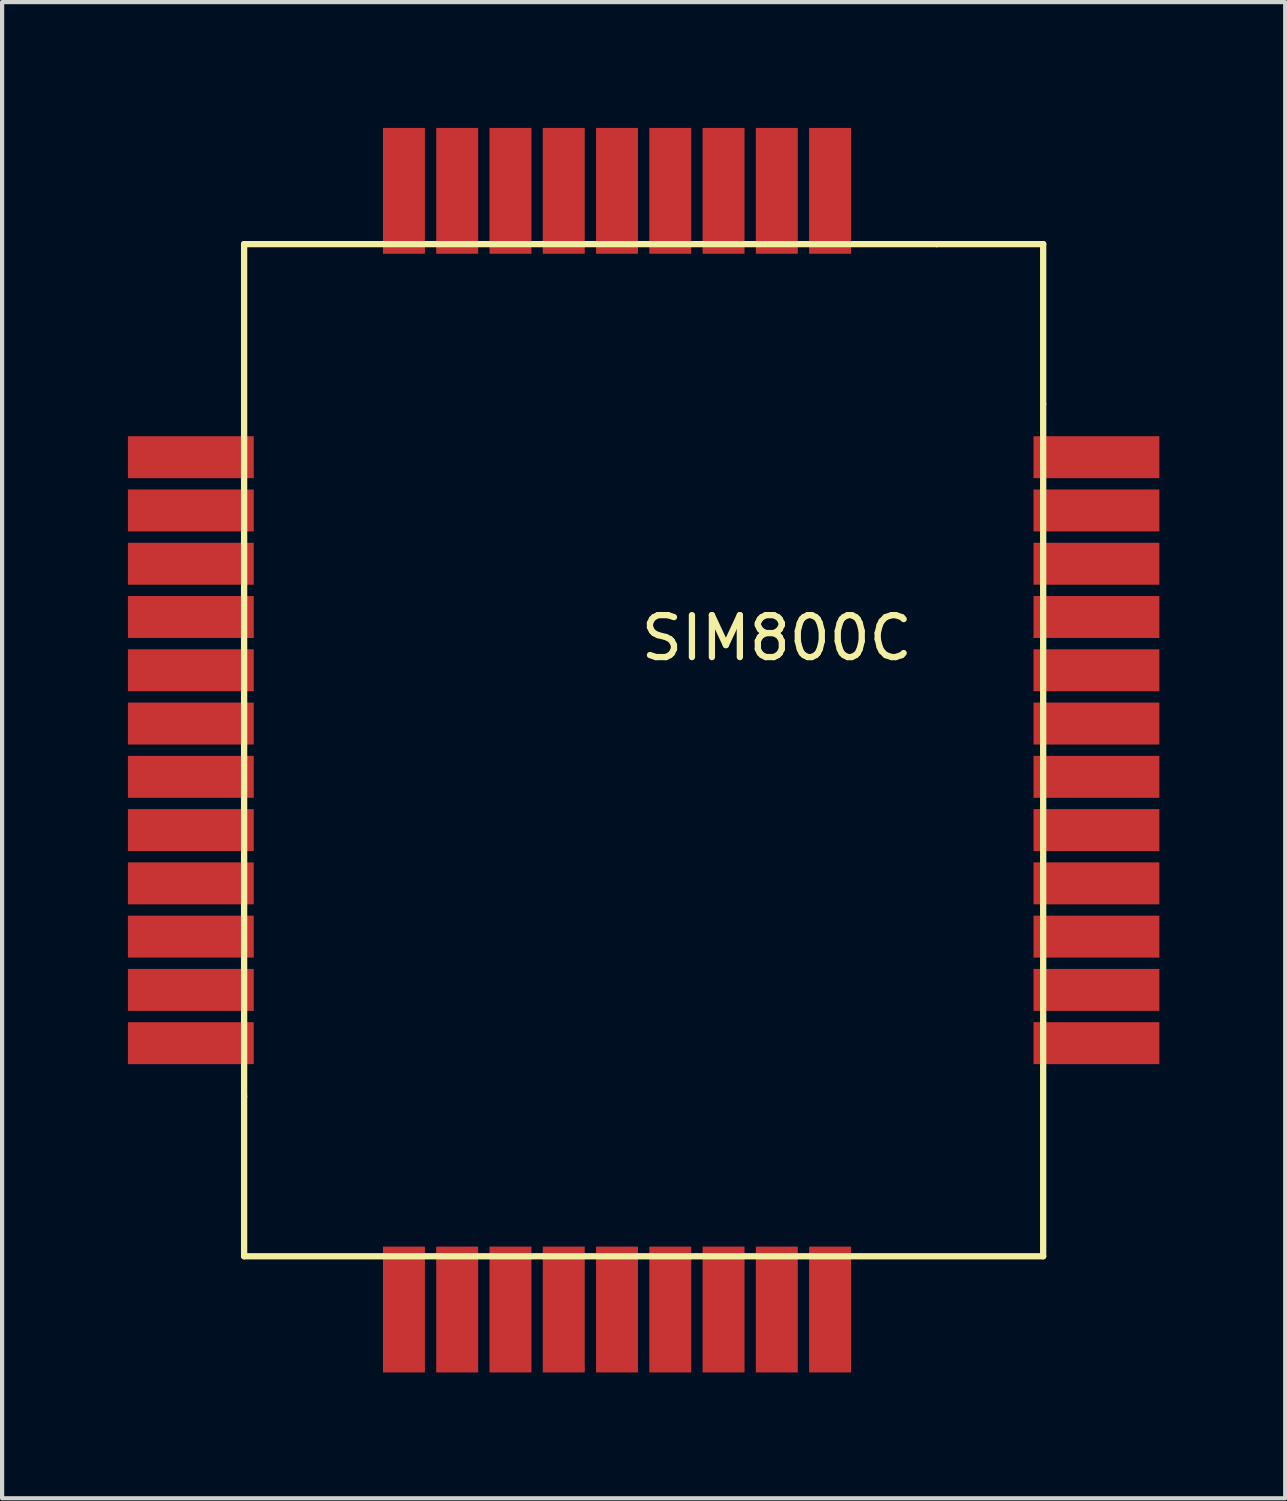
<source format=kicad_pcb>
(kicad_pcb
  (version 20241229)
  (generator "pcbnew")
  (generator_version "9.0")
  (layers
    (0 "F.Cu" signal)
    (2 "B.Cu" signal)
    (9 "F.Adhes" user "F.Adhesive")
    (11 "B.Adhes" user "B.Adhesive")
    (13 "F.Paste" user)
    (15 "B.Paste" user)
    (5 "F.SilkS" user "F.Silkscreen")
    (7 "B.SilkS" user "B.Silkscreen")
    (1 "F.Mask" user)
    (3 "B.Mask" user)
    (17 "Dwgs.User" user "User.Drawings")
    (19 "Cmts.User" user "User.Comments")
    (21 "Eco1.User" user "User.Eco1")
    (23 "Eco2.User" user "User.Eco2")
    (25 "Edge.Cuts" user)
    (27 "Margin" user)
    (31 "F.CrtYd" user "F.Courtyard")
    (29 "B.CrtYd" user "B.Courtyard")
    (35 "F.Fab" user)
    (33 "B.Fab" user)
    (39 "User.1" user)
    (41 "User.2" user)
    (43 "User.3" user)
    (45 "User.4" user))
  (footprint "SIM800C"
    (layer "F.Cu")
    (at 11.66 16.74)
    (property "Reference" "SIM800C" (at 3.81 -4.58 0) (layer "F.SilkS") (effects (font (size 1 1) (thickness 0.15))))
    (attr through_hole)
    (fp_line (start -8.89 -13.97) (end -8.89 6.35) (stroke (width 0.15) (type solid)) (layer "F.SilkS"))
    (fp_line (start -8.89 6.35) (end -8.89 10.16) (stroke (width 0.15) (type solid)) (layer "F.SilkS"))
    (fp_line (start -8.89 10.16) (end 10.16 10.16) (stroke (width 0.15) (type solid)) (layer "F.SilkS"))
    (fp_line (start 7.62 -13.97) (end -8.89 -13.97) (stroke (width 0.15) (type solid)) (layer "F.SilkS"))
    (fp_line (start 10.16 -13.97) (end 7.62 -13.97) (stroke (width 0.15) (type solid)) (layer "F.SilkS"))
    (fp_line (start 10.16 -10.16) (end 10.16 -13.97) (stroke (width 0.15) (type solid)) (layer "F.SilkS"))
    (fp_line (start 10.16 10.16) (end 10.16 -10.16) (stroke (width 0.15) (type solid)) (layer "F.SilkS"))
    (pad "1" smd rect (at -10.16 -8.89) (size 3 1) (layers "F.Cu" "F.Mask" "F.Paste"))
    (pad "2" smd rect (at -10.16 -7.62) (size 3 1) (layers "F.Cu" "F.Mask" "F.Paste"))
    (pad "3" smd rect (at -10.16 -6.35) (size 3 1) (layers "F.Cu" "F.Mask" "F.Paste"))
    (pad "4" smd rect (at -10.16 -5.08) (size 3 1) (layers "F.Cu" "F.Mask" "F.Paste"))
    (pad "5" smd rect (at -10.16 -3.81) (size 3 1) (layers "F.Cu" "F.Mask" "F.Paste"))
    (pad "6" smd rect (at -10.16 -2.54) (size 3 1) (layers "F.Cu" "F.Mask" "F.Paste"))
    (pad "7" smd rect (at -10.16 -1.27) (size 3 1) (layers "F.Cu" "F.Mask" "F.Paste"))
    (pad "8" smd rect (at -10.16 0) (size 3 1) (layers "F.Cu" "F.Mask" "F.Paste"))
    (pad "9" smd rect (at -10.16 1.27) (size 3 1) (layers "F.Cu" "F.Mask" "F.Paste"))
    (pad "10" smd rect (at -10.16 2.54) (size 3 1) (layers "F.Cu" "F.Mask" "F.Paste"))
    (pad "11" smd rect (at -10.16 3.81) (size 3 1) (layers "F.Cu" "F.Mask" "F.Paste"))
    (pad "12" smd rect (at -10.16 5.08) (size 3 1) (layers "F.Cu" "F.Mask" "F.Paste"))
    (pad "13" smd rect (at -5.08 11.43 270) (size 3 1) (layers "F.Cu" "F.Mask" "F.Paste"))
    (pad "14" smd rect (at -3.81 11.43 270) (size 3 1) (layers "F.Cu" "F.Mask" "F.Paste"))
    (pad "15" smd rect (at -2.54 11.43 270) (size 3 1) (layers "F.Cu" "F.Mask" "F.Paste"))
    (pad "16" smd rect (at -1.27 11.43 270) (size 3 1) (layers "F.Cu" "F.Mask" "F.Paste"))
    (pad "17" smd rect (at 0 11.43 270) (size 3 1) (layers "F.Cu" "F.Mask" "F.Paste"))
    (pad "18" smd rect (at 1.27 11.43 270) (size 3 1) (layers "F.Cu" "F.Mask" "F.Paste"))
    (pad "19" smd rect (at 2.54 11.43 270) (size 3 1) (layers "F.Cu" "F.Mask" "F.Paste"))
    (pad "20" smd rect (at 3.81 11.43 270) (size 3 1) (layers "F.Cu" "F.Mask" "F.Paste"))
    (pad "21" smd rect (at 5.08 11.43 270) (size 3 1) (layers "F.Cu" "F.Mask" "F.Paste"))
    (pad "22" smd rect (at 11.43 5.08) (size 3 1) (layers "F.Cu" "F.Mask" "F.Paste"))
    (pad "23" smd rect (at 11.43 3.81) (size 3 1) (layers "F.Cu" "F.Mask" "F.Paste"))
    (pad "24" smd rect (at 11.43 2.54) (size 3 1) (layers "F.Cu" "F.Mask" "F.Paste"))
    (pad "25" smd rect (at 11.43 1.27) (size 3 1) (layers "F.Cu" "F.Mask" "F.Paste"))
    (pad "26" smd rect (at 11.43 0) (size 3 1) (layers "F.Cu" "F.Mask" "F.Paste"))
    (pad "27" smd rect (at 11.43 -1.27) (size 3 1) (layers "F.Cu" "F.Mask" "F.Paste"))
    (pad "28" smd rect (at 11.43 -2.54) (size 3 1) (layers "F.Cu" "F.Mask" "F.Paste"))
    (pad "29" smd rect (at 11.43 -3.81) (size 3 1) (layers "F.Cu" "F.Mask" "F.Paste"))
    (pad "30" smd rect (at 11.43 -5.08) (size 3 1) (layers "F.Cu" "F.Mask" "F.Paste"))
    (pad "31" smd rect (at 11.43 -6.35) (size 3 1) (layers "F.Cu" "F.Mask" "F.Paste"))
    (pad "32" smd rect (at 11.43 -7.62) (size 3 1) (layers "F.Cu" "F.Mask" "F.Paste"))
    (pad "33" smd rect (at 11.43 -8.89) (size 3 1) (layers "F.Cu" "F.Mask" "F.Paste"))
    (pad "34" smd rect (at 5.08 -15.24 270) (size 3 1) (layers "F.Cu" "F.Mask" "F.Paste"))
    (pad "35" smd rect (at 3.81 -15.24 270) (size 3 1) (layers "F.Cu" "F.Mask" "F.Paste"))
    (pad "36" smd rect (at 2.54 -15.24 270) (size 3 1) (layers "F.Cu" "F.Mask" "F.Paste"))
    (pad "37" smd rect (at 1.27 -15.24 270) (size 3 1) (layers "F.Cu" "F.Mask" "F.Paste"))
    (pad "38" smd rect (at 0 -15.24 270) (size 3 1) (layers "F.Cu" "F.Mask" "F.Paste"))
    (pad "39" smd rect (at -1.27 -15.24 270) (size 3 1) (layers "F.Cu" "F.Mask" "F.Paste"))
    (pad "40" smd rect (at -2.54 -15.24 270) (size 3 1) (layers "F.Cu" "F.Mask" "F.Paste"))
    (pad "41" smd rect (at -3.81 -15.24 270) (size 3 1) (layers "F.Cu" "F.Mask" "F.Paste"))
    (pad "42" smd rect (at -5.08 -15.24 270) (size 3 1) (layers "F.Cu" "F.Mask" "F.Paste")))
  (gr_rect
    (start -3 -3)
    (end 27.59 32.67)
    (stroke (width 0.1) (type default))
    (fill no)
    (layer "Edge.Cuts")))
</source>
